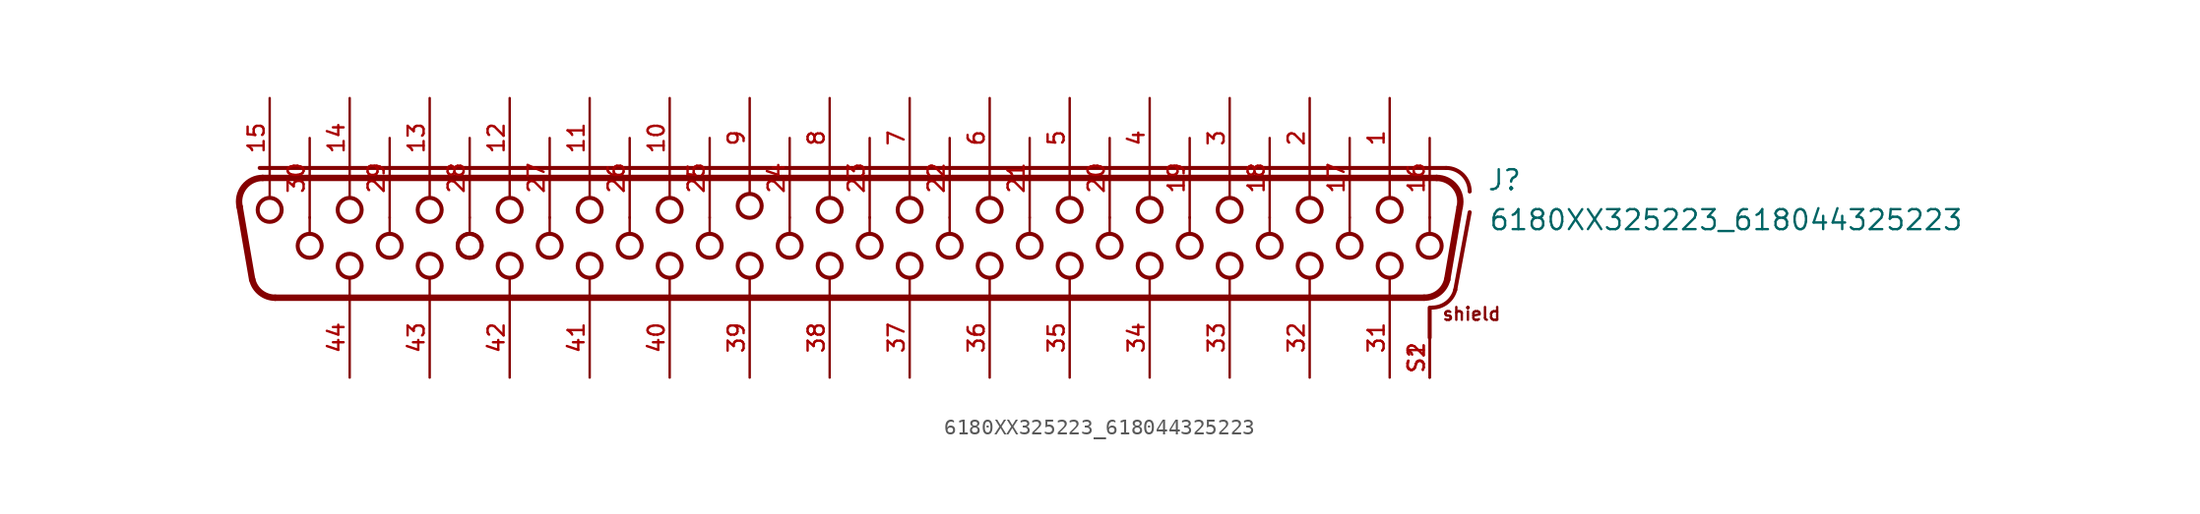
<source format=kicad_sym>
(kicad_symbol_lib
  (version 20241209)
  (generator "kicad_symbol_editor")
  (generator_version "9.0")
  (symbol "6180XX325223_618044325223"
    (pin_names
      (offset 1.016))
    (property "Reference" "J"
      (at 41.72 1.66 0)
      (effects (font (size 1.27 1.27)) (justify left bottom)))
    (property "Value" "6180XX325223_618044325223"
      (at 41.82 -0.88 0)
      (effects (font (size 1.27 1.27)) (justify left bottom)))
    (symbol "6180XX325223_618044325223_0_0"
      (polyline (pts (xy -36.673 -3.925) (xy -37.464 0.695)) (stroke (width 0.406) (type default)) (fill (type none)))
      (polyline (pts (xy -36.195 3.175) (xy 39.14 3.175)) (stroke (width 0.254) (type default)) (fill (type none)))
      (polyline (pts (xy -36.004 2.54) (xy 38.544 2.54)) (stroke (width 0.406) (type default)) (fill (type none)))
      (arc (start -37.4642 0.6952) (mid -37.1806 1.9708) (end -36.0044 2.54) (stroke (width 0.4064) (type default)) (fill (type none)))
      (polyline (pts (xy -35.56 2.58) (xy -35.56 1.3)) (stroke (width 0.152) (type default)) (fill (type none)))
      (circle (center -35.56 0.508) (radius 0.762) (stroke (width 0.254) (type default)) (fill (type none)))
      (arc (start -35.2131 -5.08) (mid -36.1439 -4.7562) (end -36.6729 -3.9248) (stroke (width 0.4064) (type default)) (fill (type none)))
      (polyline (pts (xy -33.02 0.04) (xy -33.02 -1.04)) (stroke (width 0.152) (type default)) (fill (type none)))
      (circle (center -33.02 -1.778) (radius 0.762) (stroke (width 0.254) (type default)) (fill (type none)))
      (polyline (pts (xy -30.48 2.58) (xy -30.48 1.3)) (stroke (width 0.152) (type default)) (fill (type none)))
      (circle (center -30.48 0.508) (radius 0.762) (stroke (width 0.254) (type default)) (fill (type none)))
      (circle (center -30.48 -3.048) (radius 0.762) (stroke (width 0.254) (type default)) (fill (type none)))
      (polyline (pts (xy -30.48 -5.12) (xy -30.48 -3.84)) (stroke (width 0.152) (type default)) (fill (type none)))
      (polyline (pts (xy -27.94 0.04) (xy -27.94 -1.04)) (stroke (width 0.152) (type default)) (fill (type none)))
      (circle (center -27.94 -1.778) (radius 0.762) (stroke (width 0.254) (type default)) (fill (type none)))
      (polyline (pts (xy -25.4 2.58) (xy -25.4 1.3)) (stroke (width 0.152) (type default)) (fill (type none)))
      (circle (center -25.4 0.508) (radius 0.762) (stroke (width 0.254) (type default)) (fill (type none)))
      (circle (center -25.4 -3.048) (radius 0.762) (stroke (width 0.254) (type default)) (fill (type none)))
      (polyline (pts (xy -25.4 -5.12) (xy -25.4 -3.84)) (stroke (width 0.152) (type default)) (fill (type none)))
      (polyline (pts (xy -22.86 0.04) (xy -22.86 -1.04)) (stroke (width 0.152) (type default)) (fill (type none)))
      (circle (center -22.86 -1.778) (radius 0.762) (stroke (width 0.254) (type default)) (fill (type none)))
      (circle (center -22.86 -1.778) (radius 0.762) (stroke (width 0.254) (type default)) (fill (type none)))
      (polyline (pts (xy -20.32 2.58) (xy -20.32 1.3)) (stroke (width 0.152) (type default)) (fill (type none)))
      (circle (center -20.32 0.508) (radius 0.762) (stroke (width 0.254) (type default)) (fill (type none)))
      (circle (center -20.32 -3.048) (radius 0.762) (stroke (width 0.254) (type default)) (fill (type none)))
      (polyline (pts (xy -20.32 -5.12) (xy -20.32 -3.84)) (stroke (width 0.152) (type default)) (fill (type none)))
      (polyline (pts (xy -17.78 0.04) (xy -17.78 -1.04)) (stroke (width 0.152) (type default)) (fill (type none)))
      (circle (center -17.78 -1.778) (radius 0.762) (stroke (width 0.254) (type default)) (fill (type none)))
      (polyline (pts (xy -15.24 2.58) (xy -15.24 1.3)) (stroke (width 0.152) (type default)) (fill (type none)))
      (circle (center -15.24 0.508) (radius 0.762) (stroke (width 0.254) (type default)) (fill (type none)))
      (circle (center -15.24 -3.048) (radius 0.762) (stroke (width 0.254) (type default)) (fill (type none)))
      (polyline (pts (xy -15.24 -5.12) (xy -15.24 -3.84)) (stroke (width 0.152) (type default)) (fill (type none)))
      (polyline (pts (xy -12.7 0.04) (xy -12.7 -1.04)) (stroke (width 0.152) (type default)) (fill (type none)))
      (circle (center -12.7 -1.778) (radius 0.762) (stroke (width 0.254) (type default)) (fill (type none)))
      (polyline (pts (xy -10.16 2.58) (xy -10.16 1.3)) (stroke (width 0.152) (type default)) (fill (type none)))
      (circle (center -10.16 0.508) (radius 0.762) (stroke (width 0.254) (type default)) (fill (type none)))
      (circle (center -10.16 -3.048) (radius 0.762) (stroke (width 0.254) (type default)) (fill (type none)))
      (polyline (pts (xy -10.16 -5.12) (xy -10.16 -3.84)) (stroke (width 0.152) (type default)) (fill (type none)))
      (polyline (pts (xy -7.62 0.04) (xy -7.62 -1.04)) (stroke (width 0.152) (type default)) (fill (type none)))
      (circle (center -7.62 -1.778) (radius 0.762) (stroke (width 0.254) (type default)) (fill (type none)))
      (polyline (pts (xy -5.08 2.58) (xy -5.08 1.5)) (stroke (width 0.152) (type default)) (fill (type none)))
      (circle (center -5.08 0.762) (radius 0.762) (stroke (width 0.254) (type default)) (fill (type none)))
      (circle (center -5.08 -3.048) (radius 0.762) (stroke (width 0.254) (type default)) (fill (type none)))
      (polyline (pts (xy -5.08 -5.12) (xy -5.08 -3.84)) (stroke (width 0.152) (type default)) (fill (type none)))
      (polyline (pts (xy -2.54 0.04) (xy -2.54 -1.04)) (stroke (width 0.152) (type default)) (fill (type none)))
      (circle (center -2.54 -1.778) (radius 0.762) (stroke (width 0.254) (type default)) (fill (type none)))
      (polyline (pts (xy 0 2.58) (xy 0 1.3)) (stroke (width 0.152) (type default)) (fill (type none)))
      (circle (center 0 0.508) (radius 0.762) (stroke (width 0.254) (type default)) (fill (type none)))
      (circle (center 0 -3.048) (radius 0.762) (stroke (width 0.254) (type default)) (fill (type none)))
      (polyline (pts (xy 0 -5.12) (xy 0 -3.84)) (stroke (width 0.152) (type default)) (fill (type none)))
      (polyline (pts (xy 2.54 0.04) (xy 2.54 -1.04)) (stroke (width 0.152) (type default)) (fill (type none)))
      (circle (center 2.54 -1.778) (radius 0.762) (stroke (width 0.254) (type default)) (fill (type none)))
      (polyline (pts (xy 5.08 2.58) (xy 5.08 1.3)) (stroke (width 0.152) (type default)) (fill (type none)))
      (circle (center 5.08 0.508) (radius 0.762) (stroke (width 0.254) (type default)) (fill (type none)))
      (circle (center 5.08 -3.048) (radius 0.762) (stroke (width 0.254) (type default)) (fill (type none)))
      (polyline (pts (xy 5.08 -5.12) (xy 5.08 -3.84)) (stroke (width 0.152) (type default)) (fill (type none)))
      (polyline (pts (xy 7.62 0.04) (xy 7.62 -1.04)) (stroke (width 0.152) (type default)) (fill (type none)))
      (circle (center 7.62 -1.778) (radius 0.762) (stroke (width 0.254) (type default)) (fill (type none)))
      (polyline (pts (xy 10.16 2.58) (xy 10.16 1.3)) (stroke (width 0.152) (type default)) (fill (type none)))
      (circle (center 10.16 0.508) (radius 0.762) (stroke (width 0.254) (type default)) (fill (type none)))
      (circle (center 10.16 -3.048) (radius 0.762) (stroke (width 0.254) (type default)) (fill (type none)))
      (polyline (pts (xy 10.16 -5.12) (xy 10.16 -3.84)) (stroke (width 0.152) (type default)) (fill (type none)))
      (polyline (pts (xy 12.7 0.04) (xy 12.7 -1.04)) (stroke (width 0.152) (type default)) (fill (type none)))
      (circle (center 12.7 -1.778) (radius 0.762) (stroke (width 0.254) (type default)) (fill (type none)))
      (polyline (pts (xy 15.24 2.58) (xy 15.24 1.3)) (stroke (width 0.152) (type default)) (fill (type none)))
      (circle (center 15.24 0.508) (radius 0.762) (stroke (width 0.254) (type default)) (fill (type none)))
      (circle (center 15.24 -3.048) (radius 0.762) (stroke (width 0.254) (type default)) (fill (type none)))
      (polyline (pts (xy 15.24 -5.12) (xy 15.24 -3.84)) (stroke (width 0.152) (type default)) (fill (type none)))
      (polyline (pts (xy 17.78 0.04) (xy 17.78 -1.04)) (stroke (width 0.152) (type default)) (fill (type none)))
      (circle (center 17.78 -1.778) (radius 0.762) (stroke (width 0.254) (type default)) (fill (type none)))
      (polyline (pts (xy 20.32 2.58) (xy 20.32 1.3)) (stroke (width 0.152) (type default)) (fill (type none)))
      (circle (center 20.32 0.508) (radius 0.762) (stroke (width 0.254) (type default)) (fill (type none)))
      (circle (center 20.32 -3.048) (radius 0.762) (stroke (width 0.254) (type default)) (fill (type none)))
      (polyline (pts (xy 20.32 -5.12) (xy 20.32 -3.84)) (stroke (width 0.152) (type default)) (fill (type none)))
      (polyline (pts (xy 22.86 0.04) (xy 22.86 -1.04)) (stroke (width 0.152) (type default)) (fill (type none)))
      (circle (center 22.86 -1.778) (radius 0.762) (stroke (width 0.254) (type default)) (fill (type none)))
      (polyline (pts (xy 25.4 2.58) (xy 25.4 1.3)) (stroke (width 0.152) (type default)) (fill (type none)))
      (circle (center 25.4 0.508) (radius 0.762) (stroke (width 0.254) (type default)) (fill (type none)))
      (circle (center 25.4 -3.048) (radius 0.762) (stroke (width 0.254) (type default)) (fill (type none)))
      (polyline (pts (xy 25.4 -5.12) (xy 25.4 -3.84)) (stroke (width 0.152) (type default)) (fill (type none)))
      (polyline (pts (xy 27.94 0.04) (xy 27.94 -1.04)) (stroke (width 0.152) (type default)) (fill (type none)))
      (circle (center 27.94 -1.778) (radius 0.762) (stroke (width 0.254) (type default)) (fill (type none)))
      (polyline (pts (xy 30.48 2.58) (xy 30.48 1.3)) (stroke (width 0.152) (type default)) (fill (type none)))
      (circle (center 30.48 0.508) (radius 0.762) (stroke (width 0.254) (type default)) (fill (type none)))
      (circle (center 30.48 -3.048) (radius 0.762) (stroke (width 0.254) (type default)) (fill (type none)))
      (polyline (pts (xy 30.48 -5.12) (xy 30.48 -3.84)) (stroke (width 0.152) (type default)) (fill (type none)))
      (polyline (pts (xy 33.02 0.04) (xy 33.02 -1.04)) (stroke (width 0.152) (type default)) (fill (type none)))
      (circle (center 33.02 -1.778) (radius 0.762) (stroke (width 0.254) (type default)) (fill (type none)))
      (polyline (pts (xy 35.56 2.58) (xy 35.56 1.3)) (stroke (width 0.152) (type default)) (fill (type none)))
      (circle (center 35.56 0.508) (radius 0.762) (stroke (width 0.254) (type default)) (fill (type none)))
      (circle (center 35.56 -3.048) (radius 0.762) (stroke (width 0.254) (type default)) (fill (type none)))
      (polyline (pts (xy 35.56 -5.12) (xy 35.56 -3.84)) (stroke (width 0.152) (type default)) (fill (type none)))
      (polyline (pts (xy 37.753 -5.08) (xy -35.213 -5.08)) (stroke (width 0.406) (type default)) (fill (type none)))
      (arc (start 39.2129 -3.9248) (mid 38.6842 -4.7574) (end 37.7531 -5.08) (stroke (width 0.4064) (type default)) (fill (type none)))
      (polyline (pts (xy 38.1 0.04) (xy 38.1 -1.04)) (stroke (width 0.152) (type default)) (fill (type none)))
      (circle (center 38.1 -1.778) (radius 0.762) (stroke (width 0.254) (type default)) (fill (type none)))
      (polyline (pts (xy 38.1 -5.715) (xy 38.1 -7.62)) (stroke (width 0.254) (type default)) (fill (type none)))
      (polyline (pts (xy 38.14 -5.71) (xy 38.269 -5.71)) (stroke (width 0.254) (type default)) (fill (type none)))
      (arc (start 39.7241 -4.5738) (mid 39.1919 -5.3919) (end 38.2688 -5.71) (stroke (width 0.254) (type default)) (fill (type none)))
      (arc (start 38.5444 2.54) (mid 39.7173 1.9695) (end 40.0042 0.6952) (stroke (width 0.4064) (type default)) (fill (type none)))
      (arc (start 39.14 3.175) (mid 40.2007 2.7357) (end 40.64 1.675) (stroke (width 0.254) (type default)) (fill (type none)))
      (polyline (pts (xy 39.724 -4.574) (xy 40.64 0.36)) (stroke (width 0.254) (type default)) (fill (type none)))
      (polyline (pts (xy 40.004 0.695) (xy 39.213 -3.925)) (stroke (width 0.406) (type default)) (fill (type none)))
      (text "shield" (at 38.84 -6.59 0) (effects (font (size 0.813 0.813)) (justify left bottom)))
      (pin bidirectional line (at -35.56 7.62 270) (length 5.08) (name "~" (effects (font (size 1.016 1.016)))) (number "15" (effects (font (size 1.016 1.016)))))
      (pin bidirectional line (at -33.02 5.08 270) (length 5.08) (name "~" (effects (font (size 1.016 1.016)))) (number "30" (effects (font (size 1.016 1.016)))))
      (pin bidirectional line (at -30.48 7.62 270) (length 5.08) (name "~" (effects (font (size 1.016 1.016)))) (number "14" (effects (font (size 1.016 1.016)))))
      (pin bidirectional line (at -30.48 -10.16 90) (length 5.08) (name "~" (effects (font (size 1.016 1.016)))) (number "44" (effects (font (size 1.016 1.016)))))
      (pin bidirectional line (at -27.94 5.08 270) (length 5.08) (name "~" (effects (font (size 1.016 1.016)))) (number "29" (effects (font (size 1.016 1.016)))))
      (pin bidirectional line (at -25.4 7.62 270) (length 5.08) (name "~" (effects (font (size 1.016 1.016)))) (number "13" (effects (font (size 1.016 1.016)))))
      (pin bidirectional line (at -25.4 -10.16 90) (length 5.08) (name "~" (effects (font (size 1.016 1.016)))) (number "43" (effects (font (size 1.016 1.016)))))
      (pin bidirectional line (at -22.86 5.08 270) (length 5.08) (name "~" (effects (font (size 1.016 1.016)))) (number "28" (effects (font (size 1.016 1.016)))))
      (pin bidirectional line (at -20.32 7.62 270) (length 5.08) (name "~" (effects (font (size 1.016 1.016)))) (number "12" (effects (font (size 1.016 1.016)))))
      (pin bidirectional line (at -20.32 -10.16 90) (length 5.08) (name "~" (effects (font (size 1.016 1.016)))) (number "42" (effects (font (size 1.016 1.016)))))
      (pin bidirectional line (at -17.78 5.08 270) (length 5.08) (name "~" (effects (font (size 1.016 1.016)))) (number "27" (effects (font (size 1.016 1.016)))))
      (pin bidirectional line (at -15.24 7.62 270) (length 5.08) (name "~" (effects (font (size 1.016 1.016)))) (number "11" (effects (font (size 1.016 1.016)))))
      (pin bidirectional line (at -15.24 -10.16 90) (length 5.08) (name "~" (effects (font (size 1.016 1.016)))) (number "41" (effects (font (size 1.016 1.016)))))
      (pin bidirectional line (at -12.7 5.08 270) (length 5.08) (name "~" (effects (font (size 1.016 1.016)))) (number "26" (effects (font (size 1.016 1.016)))))
      (pin bidirectional line (at -10.16 7.62 270) (length 5.08) (name "~" (effects (font (size 1.016 1.016)))) (number "10" (effects (font (size 1.016 1.016)))))
      (pin bidirectional line (at -10.16 -10.16 90) (length 5.08) (name "~" (effects (font (size 1.016 1.016)))) (number "40" (effects (font (size 1.016 1.016)))))
      (pin bidirectional line (at -7.62 5.08 270) (length 5.08) (name "~" (effects (font (size 1.016 1.016)))) (number "25" (effects (font (size 1.016 1.016)))))
      (pin bidirectional line (at -5.08 7.62 270) (length 5.08) (name "~" (effects (font (size 1.016 1.016)))) (number "9" (effects (font (size 1.016 1.016)))))
      (pin bidirectional line (at -5.08 -10.16 90) (length 5.08) (name "~" (effects (font (size 1.016 1.016)))) (number "39" (effects (font (size 1.016 1.016)))))
      (pin bidirectional line (at -2.54 5.08 270) (length 5.08) (name "~" (effects (font (size 1.016 1.016)))) (number "24" (effects (font (size 1.016 1.016)))))
      (pin bidirectional line (at 0 7.62 270) (length 5.08) (name "~" (effects (font (size 1.016 1.016)))) (number "8" (effects (font (size 1.016 1.016)))))
      (pin bidirectional line (at 0 -10.16 90) (length 5.08) (name "~" (effects (font (size 1.016 1.016)))) (number "38" (effects (font (size 1.016 1.016)))))
      (pin bidirectional line (at 2.54 5.08 270) (length 5.08) (name "~" (effects (font (size 1.016 1.016)))) (number "23" (effects (font (size 1.016 1.016)))))
      (pin bidirectional line (at 5.08 7.62 270) (length 5.08) (name "~" (effects (font (size 1.016 1.016)))) (number "7" (effects (font (size 1.016 1.016)))))
      (pin bidirectional line (at 5.08 -10.16 90) (length 5.08) (name "~" (effects (font (size 1.016 1.016)))) (number "37" (effects (font (size 1.016 1.016)))))
      (pin bidirectional line (at 7.62 5.08 270) (length 5.08) (name "~" (effects (font (size 1.016 1.016)))) (number "22" (effects (font (size 1.016 1.016)))))
      (pin bidirectional line (at 10.16 7.62 270) (length 5.08) (name "~" (effects (font (size 1.016 1.016)))) (number "6" (effects (font (size 1.016 1.016)))))
      (pin bidirectional line (at 10.16 -10.16 90) (length 5.08) (name "~" (effects (font (size 1.016 1.016)))) (number "36" (effects (font (size 1.016 1.016)))))
      (pin bidirectional line (at 12.7 5.08 270) (length 5.08) (name "~" (effects (font (size 1.016 1.016)))) (number "21" (effects (font (size 1.016 1.016)))))
      (pin bidirectional line (at 15.24 7.62 270) (length 5.08) (name "~" (effects (font (size 1.016 1.016)))) (number "5" (effects (font (size 1.016 1.016)))))
      (pin bidirectional line (at 15.24 -10.16 90) (length 5.08) (name "~" (effects (font (size 1.016 1.016)))) (number "35" (effects (font (size 1.016 1.016)))))
      (pin bidirectional line (at 17.78 5.08 270) (length 5.08) (name "~" (effects (font (size 1.016 1.016)))) (number "20" (effects (font (size 1.016 1.016)))))
      (pin bidirectional line (at 20.32 7.62 270) (length 5.08) (name "~" (effects (font (size 1.016 1.016)))) (number "4" (effects (font (size 1.016 1.016)))))
      (pin bidirectional line (at 20.32 -10.16 90) (length 5.08) (name "~" (effects (font (size 1.016 1.016)))) (number "34" (effects (font (size 1.016 1.016)))))
      (pin bidirectional line (at 22.86 5.08 270) (length 5.08) (name "~" (effects (font (size 1.016 1.016)))) (number "19" (effects (font (size 1.016 1.016)))))
      (pin bidirectional line (at 25.4 7.62 270) (length 5.08) (name "~" (effects (font (size 1.016 1.016)))) (number "3" (effects (font (size 1.016 1.016)))))
      (pin bidirectional line (at 25.4 -10.16 90) (length 5.08) (name "~" (effects (font (size 1.016 1.016)))) (number "33" (effects (font (size 1.016 1.016)))))
      (pin bidirectional line (at 27.94 5.08 270) (length 5.08) (name "~" (effects (font (size 1.016 1.016)))) (number "18" (effects (font (size 1.016 1.016)))))
      (pin bidirectional line (at 30.48 7.62 270) (length 5.08) (name "~" (effects (font (size 1.016 1.016)))) (number "2" (effects (font (size 1.016 1.016)))))
      (pin bidirectional line (at 30.48 -10.16 90) (length 5.08) (name "~" (effects (font (size 1.016 1.016)))) (number "32" (effects (font (size 1.016 1.016)))))
      (pin bidirectional line (at 33.02 5.08 270) (length 5.08) (name "~" (effects (font (size 1.016 1.016)))) (number "17" (effects (font (size 1.016 1.016)))))
      (pin bidirectional line (at 35.56 7.62 270) (length 5.08) (name "~" (effects (font (size 1.016 1.016)))) (number "1" (effects (font (size 1.016 1.016)))))
      (pin bidirectional line (at 35.56 -10.16 90) (length 5.08) (name "~" (effects (font (size 1.016 1.016)))) (number "31" (effects (font (size 1.016 1.016)))))
      (pin bidirectional line (at 38.1 5.08 270) (length 5.08) (name "~" (effects (font (size 1.016 1.016)))) (number "16" (effects (font (size 1.016 1.016)))))
      (pin bidirectional line (at 38.1 -10.16 90) (length 2.54) (name "~" (effects (font (size 1.016 1.016)))) (number "S1" (effects (font (size 1.016 1.016)))))
      (pin bidirectional line (at 38.1 -10.16 90) (length 2.54) (name "~" (effects (font (size 1.016 1.016)))) (number "S2" (effects (font (size 1.016 1.016))))))))
</source>
